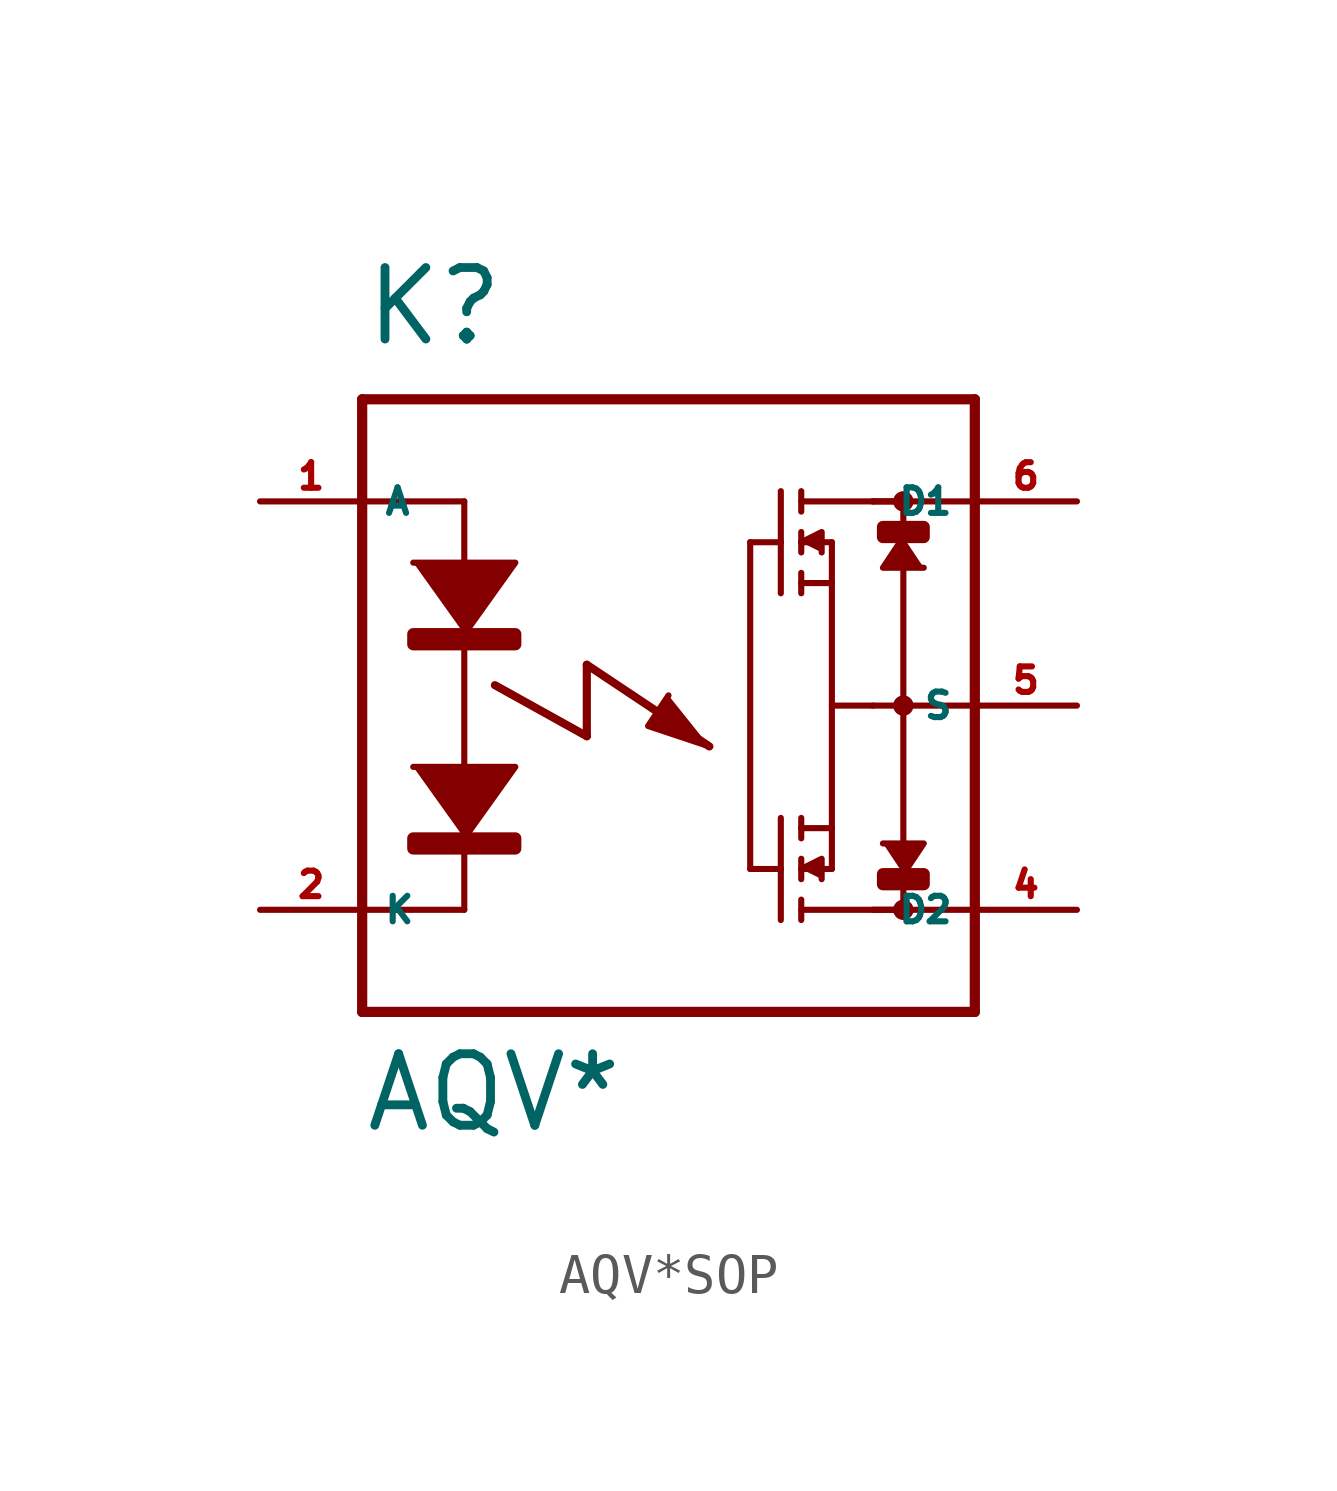
<source format=kicad_sym>
(kicad_symbol_lib
  (version 20220914)
  (generator Eagle2Kicad)
  (symbol "AQV*SOP"
    (property "Reference" "K"
      (at -7.62 8.89 0)
      (effects (font (size 1.778 1.778) (thickness 0.22)) (justify left bottom)))
    (property "Value" "AQV*"
      (at -7.62 -10.668 0)
      (effects (font (size 1.778 1.778) (thickness 0.22)) (justify left bottom)))
    (polyline
      (pts (xy -6.35 3.556) (xy -3.81 3.556) (xy -5.08 1.778))
      (stroke (width 0.152) (type default))
      (fill (type outline)))
    (polyline
      (pts (xy 3.302 4.064) (xy 3.81 4.318) (xy 3.81 3.81))
      (stroke (width 0.152) (type default))
      (fill (type outline)))
    (polyline
      (pts (xy 3.302 -4.064) (xy 3.81 -3.81) (xy 3.81 -4.318))
      (stroke (width 0.152) (type default))
      (fill (type outline)))
    (polyline
      (pts (xy 5.842 4.191) (xy 5.334 3.429) (xy 6.35 3.429))
      (stroke (width 0.152) (type default))
      (fill (type outline)))
    (polyline
      (pts (xy 5.842 -4.191) (xy 6.35 -3.429) (xy 5.334 -3.429))
      (stroke (width 0.152) (type default))
      (fill (type outline)))
    (polyline
      (pts (xy -6.35 -1.524) (xy -3.81 -1.524) (xy -5.08 -3.302))
      (stroke (width 0.152) (type default))
      (fill (type outline)))
    (polyline
      (pts (xy 0 0.254) (xy -0.508 -0.508) (xy 1.016 -1.016))
      (stroke (width 0.152) (type default))
      (fill (type outline)))
    (polyline
      (pts (xy -5.08 5.08) (xy -5.08 -5.08))
      (stroke (width 0.152) (type default))
      (fill (type none)))
    (polyline
      (pts (xy 3.302 5.334) (xy 3.302 4.826))
      (stroke (width 0.152) (type default))
      (fill (type none)))
    (polyline
      (pts (xy 3.302 4.318) (xy 3.302 4.064))
      (stroke (width 0.152) (type default))
      (fill (type none)))
    (polyline
      (pts (xy 3.302 4.064) (xy 3.302 3.81))
      (stroke (width 0.152) (type default))
      (fill (type none)))
    (polyline
      (pts (xy 3.302 3.302) (xy 3.302 3.048))
      (stroke (width 0.152) (type default))
      (fill (type none)))
    (polyline
      (pts (xy 3.302 3.048) (xy 3.302 2.794))
      (stroke (width 0.152) (type default))
      (fill (type none)))
    (polyline
      (pts (xy 3.302 4.064) (xy 4.064 4.064))
      (stroke (width 0.152) (type default))
      (fill (type none)))
    (polyline
      (pts (xy 3.302 3.048) (xy 4.064 3.048))
      (stroke (width 0.152) (type default))
      (fill (type none)))
    (polyline
      (pts (xy 4.064 3.048) (xy 4.064 4.064))
      (stroke (width 0.152) (type default))
      (fill (type none)))
    (polyline
      (pts (xy 2.794 5.334) (xy 2.794 4.064))
      (stroke (width 0.152) (type default))
      (fill (type none)))
    (polyline
      (pts (xy 2.794 4.064) (xy 2.794 2.794))
      (stroke (width 0.152) (type default))
      (fill (type none)))
    (polyline
      (pts (xy 2.794 4.064) (xy 2.032 4.064))
      (stroke (width 0.152) (type default))
      (fill (type none)))
    (polyline
      (pts (xy 3.302 -5.334) (xy 3.302 -4.826))
      (stroke (width 0.152) (type default))
      (fill (type none)))
    (polyline
      (pts (xy 3.302 -4.318) (xy 3.302 -4.064))
      (stroke (width 0.152) (type default))
      (fill (type none)))
    (polyline
      (pts (xy 3.302 -4.064) (xy 3.302 -3.81))
      (stroke (width 0.152) (type default))
      (fill (type none)))
    (polyline
      (pts (xy 3.302 -3.302) (xy 3.302 -3.048))
      (stroke (width 0.152) (type default))
      (fill (type none)))
    (polyline
      (pts (xy 3.302 -3.048) (xy 3.302 -2.794))
      (stroke (width 0.152) (type default))
      (fill (type none)))
    (polyline
      (pts (xy 3.302 -4.064) (xy 4.064 -4.064))
      (stroke (width 0.152) (type default))
      (fill (type none)))
    (polyline
      (pts (xy 3.302 -3.048) (xy 4.064 -3.048))
      (stroke (width 0.152) (type default))
      (fill (type none)))
    (polyline
      (pts (xy 4.064 -3.048) (xy 4.064 -4.064))
      (stroke (width 0.152) (type default))
      (fill (type none)))
    (polyline
      (pts (xy 4.064 3.048) (xy 4.064 -3.048))
      (stroke (width 0.152) (type default))
      (fill (type none)))
    (polyline
      (pts (xy 2.794 -5.334) (xy 2.794 -4.064))
      (stroke (width 0.152) (type default))
      (fill (type none)))
    (polyline
      (pts (xy 2.794 -4.064) (xy 2.794 -2.794))
      (stroke (width 0.152) (type default))
      (fill (type none)))
    (polyline
      (pts (xy 2.794 -4.064) (xy 2.032 -4.064))
      (stroke (width 0.152) (type default))
      (fill (type none)))
    (polyline
      (pts (xy 2.032 4.064) (xy 2.032 -4.064))
      (stroke (width 0.152) (type default))
      (fill (type none)))
    (polyline
      (pts (xy -7.62 7.62) (xy -7.62 5.08))
      (stroke (width 0.254) (type default))
      (fill (type none)))
    (polyline
      (pts (xy -7.62 5.08) (xy -7.62 -5.08))
      (stroke (width 0.254) (type default))
      (fill (type none)))
    (polyline
      (pts (xy -7.62 -5.08) (xy -7.62 -7.62))
      (stroke (width 0.254) (type default))
      (fill (type none)))
    (polyline
      (pts (xy -7.62 -7.62) (xy 7.62 -7.62))
      (stroke (width 0.254) (type default))
      (fill (type none)))
    (polyline
      (pts (xy 7.62 -7.62) (xy 7.62 -5.08))
      (stroke (width 0.254) (type default))
      (fill (type none)))
    (polyline
      (pts (xy 7.62 -5.08) (xy 7.62 0))
      (stroke (width 0.254) (type default))
      (fill (type none)))
    (polyline
      (pts (xy 7.62 0) (xy 7.62 5.08))
      (stroke (width 0.254) (type default))
      (fill (type none)))
    (polyline
      (pts (xy 7.62 5.08) (xy 7.62 7.62))
      (stroke (width 0.254) (type default))
      (fill (type none)))
    (polyline
      (pts (xy 7.62 7.62) (xy -7.62 7.62))
      (stroke (width 0.254) (type default))
      (fill (type none)))
    (polyline
      (pts (xy 3.302 5.08) (xy 5.08 5.08))
      (stroke (width 0.152) (type default))
      (fill (type none)))
    (polyline
      (pts (xy 5.08 5.08) (xy 5.842 5.08))
      (stroke (width 0.152) (type default))
      (fill (type none)))
    (polyline
      (pts (xy 3.302 -5.08) (xy 5.842 -5.08))
      (stroke (width 0.152) (type default))
      (fill (type none)))
    (polyline
      (pts (xy 5.842 5.08) (xy 5.842 -5.08))
      (stroke (width 0.152) (type default))
      (fill (type none)))
    (polyline
      (pts (xy 4.064 0) (xy 5.08 0))
      (stroke (width 0.152) (type default))
      (fill (type none)))
    (polyline
      (pts (xy -5.08 5.08) (xy -7.62 5.08))
      (stroke (width 0.152) (type default))
      (fill (type none)))
    (polyline
      (pts (xy -5.08 -5.08) (xy -7.62 -5.08))
      (stroke (width 0.152) (type default))
      (fill (type none)))
    (polyline
      (pts (xy 7.62 5.08) (xy 5.08 5.08))
      (stroke (width 0.152) (type default))
      (fill (type none)))
    (polyline
      (pts (xy 7.62 0) (xy 5.08 0))
      (stroke (width 0.152) (type default))
      (fill (type none)))
    (polyline
      (pts (xy 7.62 -5.08) (xy 5.08 -5.08))
      (stroke (width 0.152) (type default))
      (fill (type none)))
    (polyline
      (pts (xy -4.318 0.508) (xy -2.032 -0.762))
      (stroke (width 0.203) (type default))
      (fill (type none)))
    (polyline
      (pts (xy -2.032 -0.762) (xy -2.032 1.016))
      (stroke (width 0.203) (type default))
      (fill (type none)))
    (polyline
      (pts (xy -2.032 1.016) (xy 1.016 -1.016))
      (stroke (width 0.203) (type default))
      (fill (type none)))
    (circle
      (center 5.842 5.08)
      (radius 0.127)
      (stroke (width 0.254) (type default))
      (fill (type none)))
    (circle
      (center 5.842 0)
      (radius 0.127)
      (stroke (width 0.254) (type default))
      (fill (type none)))
    (circle
      (center 5.842 -5.08)
      (radius 0.127)
      (stroke (width 0.254) (type default))
      (fill (type none)))
    (rectangle
      (start -6.35 1.524)
      (end -3.81 1.778)
      (stroke (width 0.3) (type default))
      (fill (type outline)))
    (rectangle
      (start 5.334 -4.445)
      (end 6.35 -4.191)
      (stroke (width 0.3) (type default))
      (fill (type outline)))
    (rectangle
      (start 5.334 4.191)
      (end 6.35 4.445)
      (stroke (width 0.3) (type default))
      (fill (type outline)))
    (rectangle
      (start -6.35 -3.556)
      (end -3.81 -3.302)
      (stroke (width 0.3) (type default))
      (fill (type outline)))
    (pin passive line
      (at -10.16 -5.08 0)
      (length 2.54)
      (name "K" (effects (font (size 0.635 0.635) (thickness 0.08)) (justify left bottom)))
      (number "2" (effects (font (size 0.635 0.635) (thickness 0.08)) (justify left bottom))))
    (pin passive line
      (at 10.16 5.08 180)
      (length 2.54)
      (name "D1" (effects (font (size 0.635 0.635) (thickness 0.08)) (justify left bottom)))
      (number "6" (effects (font (size 0.635 0.635) (thickness 0.08)) (justify left bottom))))
    (pin passive line
      (at 10.16 -5.08 180)
      (length 2.54)
      (name "D2" (effects (font (size 0.635 0.635) (thickness 0.08)) (justify left bottom)))
      (number "4" (effects (font (size 0.635 0.635) (thickness 0.08)) (justify left bottom))))
    (pin passive line
      (at -10.16 5.08 0)
      (length 2.54)
      (name "A" (effects (font (size 0.635 0.635) (thickness 0.08)) (justify left bottom)))
      (number "1" (effects (font (size 0.635 0.635) (thickness 0.08)) (justify left bottom))))
    (pin passive line
      (at 10.16 0 180)
      (length 2.54)
      (name "S" (effects (font (size 0.635 0.635) (thickness 0.08)) (justify left bottom)))
      (number "5" (effects (font (size 0.635 0.635) (thickness 0.08)) (justify left bottom))))))
</source>
